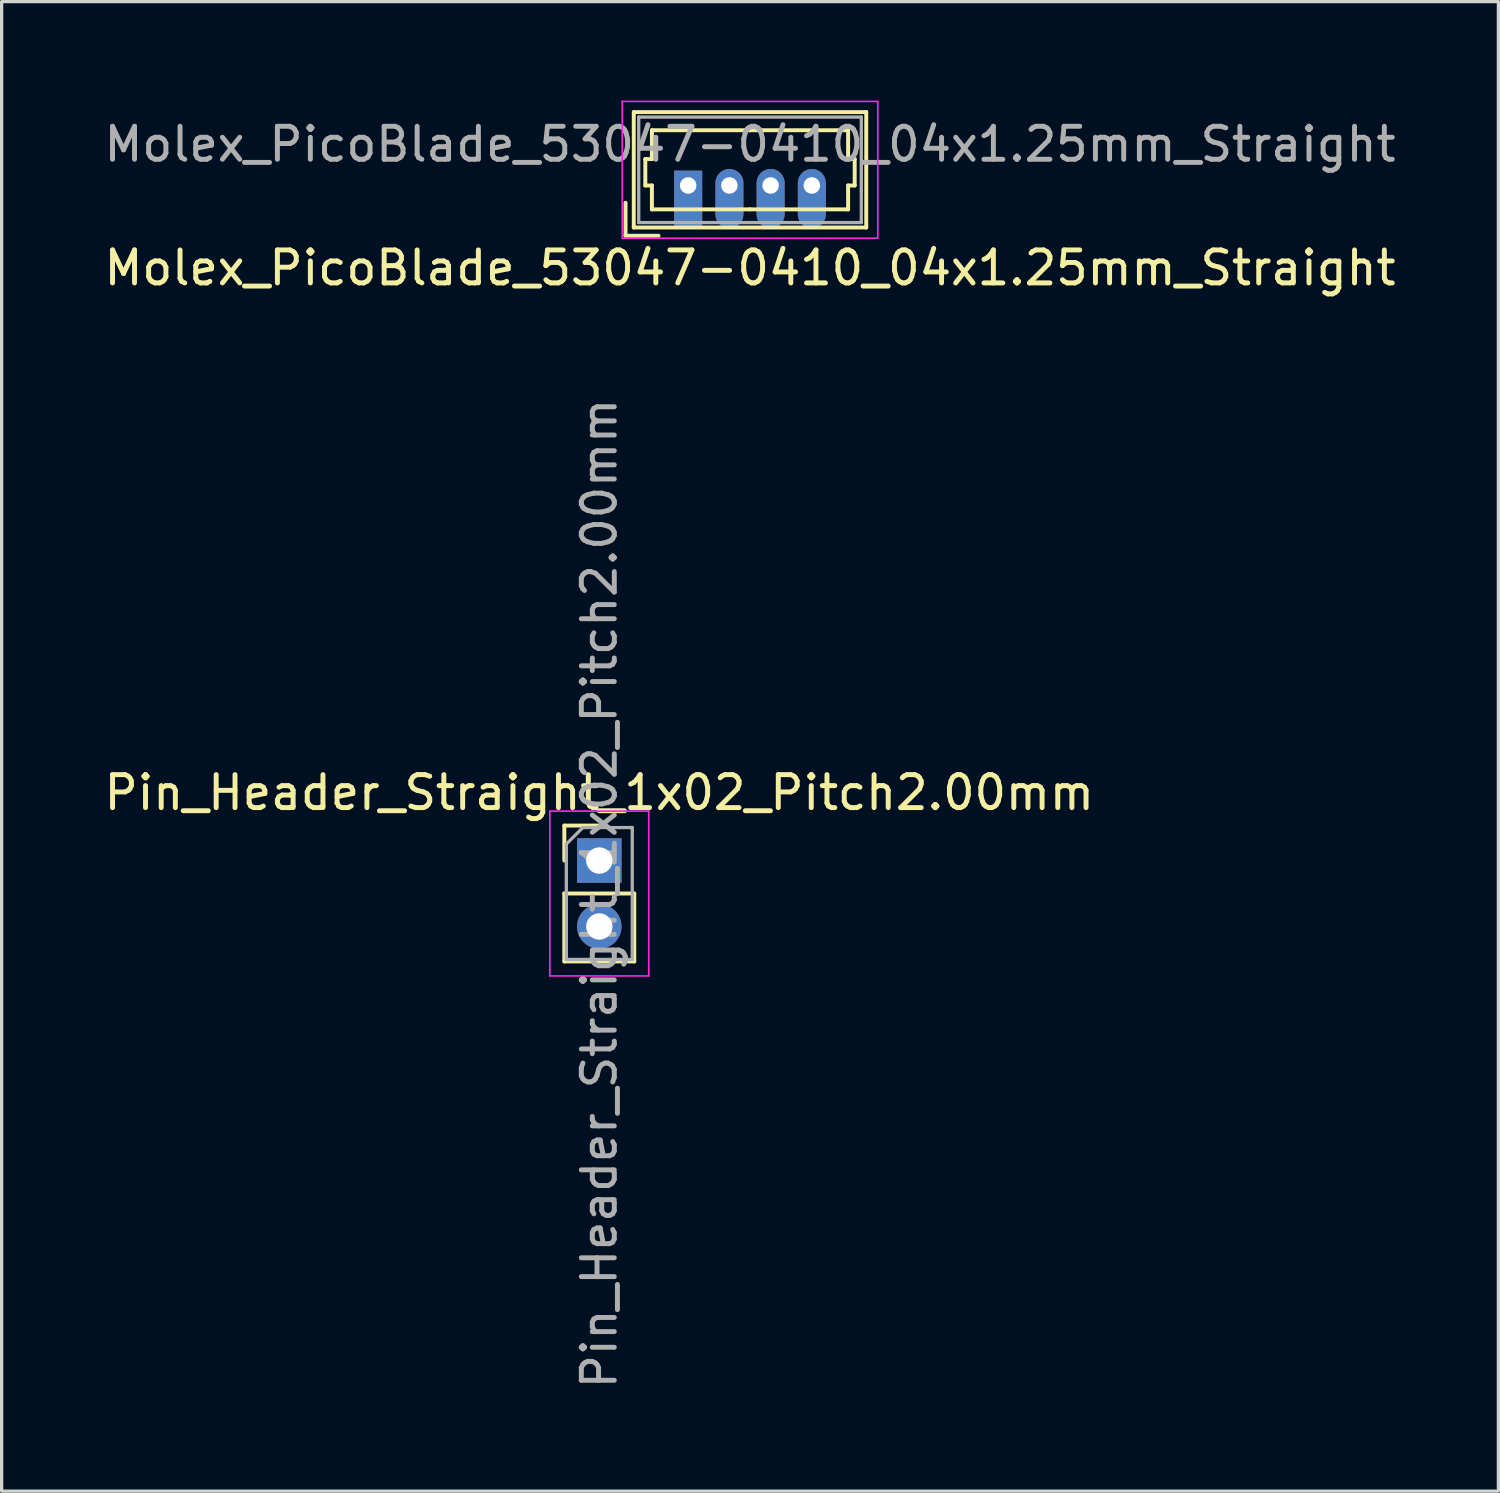
<source format=kicad_pcb>
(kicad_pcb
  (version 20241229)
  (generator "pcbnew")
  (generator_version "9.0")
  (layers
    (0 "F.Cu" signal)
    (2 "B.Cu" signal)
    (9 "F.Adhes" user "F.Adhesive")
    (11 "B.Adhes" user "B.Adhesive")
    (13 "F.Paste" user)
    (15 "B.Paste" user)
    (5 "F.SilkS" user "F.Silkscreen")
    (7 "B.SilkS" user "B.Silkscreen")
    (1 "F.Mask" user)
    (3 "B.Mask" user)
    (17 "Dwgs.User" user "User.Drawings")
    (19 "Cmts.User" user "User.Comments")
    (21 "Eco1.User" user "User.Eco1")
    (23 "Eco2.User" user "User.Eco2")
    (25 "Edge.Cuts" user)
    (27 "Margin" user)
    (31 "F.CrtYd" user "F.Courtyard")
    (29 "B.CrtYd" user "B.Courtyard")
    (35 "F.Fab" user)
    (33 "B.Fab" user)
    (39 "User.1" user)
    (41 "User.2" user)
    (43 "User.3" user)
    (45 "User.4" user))
  (footprint "Molex_PicoBlade_53047-0410_04x1.25mm_Straight"
    (layer "F.Cu")
    (at 17.821 2.575)
    (property "Reference" "Molex_PicoBlade_53047-0410_04x1.25mm_Straight" (at 1.875 2.5 0) (layer "F.SilkS") (effects (font (size 1 1) (thickness 0.15))))
    (attr through_hole)
    (fp_line (start -1.9 1.525) (end -1.9 0.525) (stroke (width 0.12) (type solid)) (layer "F.SilkS"))
    (fp_line (start -1.9 1.525) (end -0.9 1.525) (stroke (width 0.12) (type solid)) (layer "F.SilkS"))
    (fp_line (start -1.65 -2.225) (end -1.65 1.275) (stroke (width 0.12) (type solid)) (layer "F.SilkS"))
    (fp_line (start -1.65 1.275) (end 5.4 1.275) (stroke (width 0.12) (type solid)) (layer "F.SilkS"))
    (fp_line (start -1.3 -0.8) (end -1.1 -0.8) (stroke (width 0.12) (type solid)) (layer "F.SilkS"))
    (fp_line (start -1.3 0) (end -1.3 -0.8) (stroke (width 0.12) (type solid)) (layer "F.SilkS"))
    (fp_line (start -1.1 -1.675) (end 1.875 -1.675) (stroke (width 0.12) (type solid)) (layer "F.SilkS"))
    (fp_line (start -1.1 -0.8) (end -1.1 -1.675) (stroke (width 0.12) (type solid)) (layer "F.SilkS"))
    (fp_line (start -1.1 0) (end -1.3 0) (stroke (width 0.12) (type solid)) (layer "F.SilkS"))
    (fp_line (start -1.1 0.725) (end -1.1 0) (stroke (width 0.12) (type solid)) (layer "F.SilkS"))
    (fp_line (start 1.875 0.725) (end -1.1 0.725) (stroke (width 0.12) (type solid)) (layer "F.SilkS"))
    (fp_line (start 1.875 0.725) (end 4.85 0.725) (stroke (width 0.12) (type solid)) (layer "F.SilkS"))
    (fp_line (start 4.85 -1.675) (end 1.875 -1.675) (stroke (width 0.12) (type solid)) (layer "F.SilkS"))
    (fp_line (start 4.85 -0.8) (end 4.85 -1.675) (stroke (width 0.12) (type solid)) (layer "F.SilkS"))
    (fp_line (start 4.85 0) (end 5.05 0) (stroke (width 0.12) (type solid)) (layer "F.SilkS"))
    (fp_line (start 4.85 0.725) (end 4.85 0) (stroke (width 0.12) (type solid)) (layer "F.SilkS"))
    (fp_line (start 5.05 -0.8) (end 4.85 -0.8) (stroke (width 0.12) (type solid)) (layer "F.SilkS"))
    (fp_line (start 5.05 0) (end 5.05 -0.8) (stroke (width 0.12) (type solid)) (layer "F.SilkS"))
    (fp_line (start 5.4 -2.225) (end -1.65 -2.225) (stroke (width 0.12) (type solid)) (layer "F.SilkS"))
    (fp_line (start 5.4 1.275) (end 5.4 -2.225) (stroke (width 0.12) (type solid)) (layer "F.SilkS"))
    (fp_line (start -2 -2.55) (end -2 1.6) (stroke (width 0.05) (type solid)) (layer "F.CrtYd"))
    (fp_line (start -2 1.6) (end 5.75 1.6) (stroke (width 0.05) (type solid)) (layer "F.CrtYd"))
    (fp_line (start 5.75 -2.55) (end -2 -2.55) (stroke (width 0.05) (type solid)) (layer "F.CrtYd"))
    (fp_line (start 5.75 1.6) (end 5.75 -2.55) (stroke (width 0.05) (type solid)) (layer "F.CrtYd"))
    (fp_line (start -1.5 -2.075) (end -1.5 1.125) (stroke (width 0.1) (type solid)) (layer "F.Fab"))
    (fp_line (start -1.5 1.125) (end 5.25 1.125) (stroke (width 0.1) (type solid)) (layer "F.Fab"))
    (fp_line (start 5.25 -2.075) (end -1.5 -2.075) (stroke (width 0.1) (type solid)) (layer "F.Fab"))
    (fp_line (start 5.25 1.125) (end 5.25 -2.075) (stroke (width 0.1) (type solid)) (layer "F.Fab"))
    (fp_text user "${REFERENCE}" (at 1.875 -1.25 0) (layer "F.Fab") (effects (font (size 1 1) (thickness 0.15))))
    (pad "1" thru_hole rect (at 0 0) (size 0.85 1.7) (drill 0.5 (offset 0 0.4)) (layers "*.Cu" "*.Mask"))
    (pad "2" thru_hole oval (at 1.25 0) (size 0.85 1.8) (drill 0.5 (offset 0 0.4)) (layers "*.Cu" "*.Mask"))
    (pad "3" thru_hole oval (at 2.5 0) (size 0.85 1.8) (drill 0.5 (offset 0 0.4)) (layers "*.Cu" "*.Mask"))
    (pad "4" thru_hole oval (at 3.75 0) (size 0.85 1.8) (drill 0.5 (offset 0 0.4)) (layers "*.Cu" "*.Mask")))
  (footprint "Pin_Header_Straight_1x02_Pitch2.00mm"
    (layer "F.Cu")
    (at 15.125 23.048)
    (property "Reference" "Pin_Header_Straight_1x02_Pitch2.00mm" (at 0 -2.06 0) (layer "F.SilkS") (effects (font (size 1 1) (thickness 0.15))))
    (attr through_hole)
    (fp_line (start -1.06 -1.06) (end 0 -1.06) (stroke (width 0.12) (type solid)) (layer "F.SilkS"))
    (fp_line (start -1.06 0) (end -1.06 -1.06) (stroke (width 0.12) (type solid)) (layer "F.SilkS"))
    (fp_line (start -1.06 1) (end -1.06 3.06) (stroke (width 0.12) (type solid)) (layer "F.SilkS"))
    (fp_line (start -1.06 1) (end 1.06 1) (stroke (width 0.12) (type solid)) (layer "F.SilkS"))
    (fp_line (start -1.06 3.06) (end 1.06 3.06) (stroke (width 0.12) (type solid)) (layer "F.SilkS"))
    (fp_line (start 1.06 1) (end 1.06 3.06) (stroke (width 0.12) (type solid)) (layer "F.SilkS"))
    (fp_line (start -1.5 -1.5) (end -1.5 3.5) (stroke (width 0.05) (type solid)) (layer "F.CrtYd"))
    (fp_line (start -1.5 3.5) (end 1.5 3.5) (stroke (width 0.05) (type solid)) (layer "F.CrtYd"))
    (fp_line (start 1.5 -1.5) (end -1.5 -1.5) (stroke (width 0.05) (type solid)) (layer "F.CrtYd"))
    (fp_line (start 1.5 3.5) (end 1.5 -1.5) (stroke (width 0.05) (type solid)) (layer "F.CrtYd"))
    (fp_line (start -1 -0.5) (end -0.5 -1) (stroke (width 0.1) (type solid)) (layer "F.Fab"))
    (fp_line (start -1 3) (end -1 -0.5) (stroke (width 0.1) (type solid)) (layer "F.Fab"))
    (fp_line (start -0.5 -1) (end 1 -1) (stroke (width 0.1) (type solid)) (layer "F.Fab"))
    (fp_line (start 1 -1) (end 1 3) (stroke (width 0.1) (type solid)) (layer "F.Fab"))
    (fp_line (start 1 3) (end -1 3) (stroke (width 0.1) (type solid)) (layer "F.Fab"))
    (fp_text user "${REFERENCE}" (at 0 1 90) (layer "F.Fab") (effects (font (size 1 1) (thickness 0.15))))
    (pad "1" thru_hole rect (at 0 0) (size 1.35 1.35) (drill 0.8) (layers "*.Cu" "*.Mask"))
    (pad "2" thru_hole oval (at 0 2) (size 1.35 1.35) (drill 0.8) (layers "*.Cu" "*.Mask")))
  (gr_rect
    (start -3 -3)
    (end 42.393 42.173)
    (stroke (width 0.1) (type default))
    (fill no)
    (layer "Edge.Cuts")))
</source>
